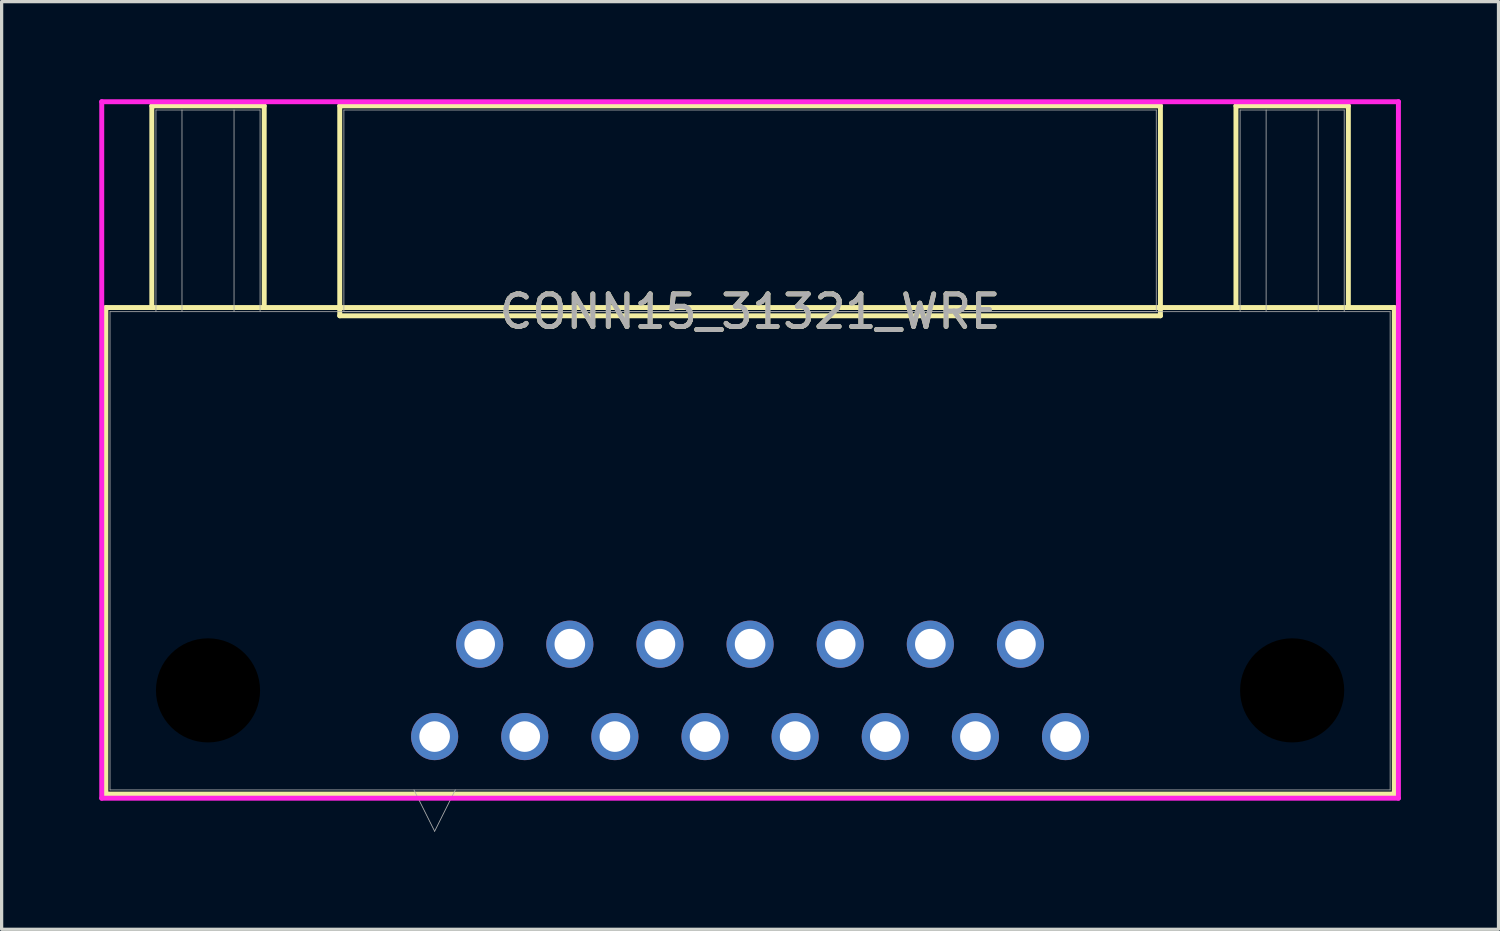
<source format=kicad_pcb>
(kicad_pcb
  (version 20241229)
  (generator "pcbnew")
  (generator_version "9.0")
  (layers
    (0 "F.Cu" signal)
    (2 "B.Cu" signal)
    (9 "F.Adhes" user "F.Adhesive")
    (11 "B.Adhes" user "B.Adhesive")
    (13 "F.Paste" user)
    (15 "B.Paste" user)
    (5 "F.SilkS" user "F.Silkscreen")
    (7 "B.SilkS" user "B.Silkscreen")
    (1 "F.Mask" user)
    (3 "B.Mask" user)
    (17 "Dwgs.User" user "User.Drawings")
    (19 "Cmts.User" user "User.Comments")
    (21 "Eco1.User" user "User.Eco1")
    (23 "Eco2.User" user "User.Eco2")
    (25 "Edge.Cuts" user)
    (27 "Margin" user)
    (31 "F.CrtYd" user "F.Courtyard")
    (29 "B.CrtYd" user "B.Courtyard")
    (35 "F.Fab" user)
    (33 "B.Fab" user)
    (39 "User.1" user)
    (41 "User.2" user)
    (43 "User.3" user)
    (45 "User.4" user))
  (footprint "CONN15_31321_WRE"
    (layer "F.Cu")
    (at 20.003 6.528)
    (property "Reference" "CONN15_31321_WRE" (at 0 0 0) (unlocked yes) (layer "F.SilkS") (effects (font (size 1 1) (thickness 0.15))))
    (attr through_hole)
    (fp_line (start -19.799 -0.127) (end -19.799 14.827) (stroke (width 0.152) (type solid)) (layer "F.SilkS"))
    (fp_line (start -19.799 14.827) (end 19.799 14.827) (stroke (width 0.152) (type solid)) (layer "F.SilkS"))
    (fp_line (start -18.387 -6.325) (end -14.933 -6.325) (stroke (width 0.152) (type solid)) (layer "F.SilkS"))
    (fp_line (start -18.387 -0.127) (end -18.387 -6.325) (stroke (width 0.152) (type solid)) (layer "F.SilkS"))
    (fp_line (start -14.933 -6.325) (end -14.933 -0.127) (stroke (width 0.152) (type solid)) (layer "F.SilkS"))
    (fp_line (start -12.611 -6.325) (end -12.611 0.127) (stroke (width 0.152) (type solid)) (layer "F.SilkS"))
    (fp_line (start -12.611 0.127) (end 12.611 0.127) (stroke (width 0.152) (type solid)) (layer "F.SilkS"))
    (fp_line (start 12.611 -6.325) (end -12.611 -6.325) (stroke (width 0.152) (type solid)) (layer "F.SilkS"))
    (fp_line (start 12.611 0.127) (end 12.611 -6.325) (stroke (width 0.152) (type solid)) (layer "F.SilkS"))
    (fp_line (start 14.933 -6.325) (end 18.387 -6.325) (stroke (width 0.152) (type solid)) (layer "F.SilkS"))
    (fp_line (start 14.933 -0.127) (end 14.933 -6.325) (stroke (width 0.152) (type solid)) (layer "F.SilkS"))
    (fp_line (start 18.387 -6.325) (end 18.387 -0.127) (stroke (width 0.152) (type solid)) (layer "F.SilkS"))
    (fp_line (start 19.799 -0.127) (end -19.799 -0.127) (stroke (width 0.152) (type solid)) (layer "F.SilkS"))
    (fp_line (start 19.799 14.827) (end 19.799 -0.127) (stroke (width 0.152) (type solid)) (layer "F.SilkS"))
    (fp_line (start -19.926 -6.452) (end -19.926 14.954) (stroke (width 0.152) (type solid)) (layer "F.CrtYd"))
    (fp_line (start -19.926 14.954) (end 19.926 14.954) (stroke (width 0.152) (type solid)) (layer "F.CrtYd"))
    (fp_line (start 19.926 -6.452) (end -19.926 -6.452) (stroke (width 0.152) (type solid)) (layer "F.CrtYd"))
    (fp_line (start 19.926 14.954) (end 19.926 -6.452) (stroke (width 0.152) (type solid)) (layer "F.CrtYd"))
    (fp_line (start -19.672 0) (end -19.672 14.7) (stroke (width 0.025) (type solid)) (layer "F.Fab"))
    (fp_line (start -19.672 14.7) (end 19.672 14.7) (stroke (width 0.025) (type solid)) (layer "F.Fab"))
    (fp_line (start -18.26 -6.198) (end -15.06 -6.198) (stroke (width 0.025) (type solid)) (layer "F.Fab"))
    (fp_line (start -18.26 0) (end -18.26 -6.198) (stroke (width 0.025) (type solid)) (layer "F.Fab"))
    (fp_line (start -17.46 0) (end -17.46 -6.198) (stroke (width 0.025) (type solid)) (layer "F.Fab"))
    (fp_line (start -15.86 -6.198) (end -15.86 0) (stroke (width 0.025) (type solid)) (layer "F.Fab"))
    (fp_line (start -15.06 -6.198) (end -15.06 0) (stroke (width 0.025) (type solid)) (layer "F.Fab"))
    (fp_line (start -12.484 -6.198) (end -12.484 0) (stroke (width 0.025) (type solid)) (layer "F.Fab"))
    (fp_line (start -12.484 0) (end 12.484 0) (stroke (width 0.025) (type solid)) (layer "F.Fab"))
    (fp_line (start -10.33 14.7) (end -9.695 15.97) (stroke (width 0.025) (type solid)) (layer "F.Fab"))
    (fp_line (start -9.06 14.7) (end -9.695 15.97) (stroke (width 0.025) (type solid)) (layer "F.Fab"))
    (fp_line (start 12.484 -6.198) (end -12.484 -6.198) (stroke (width 0.025) (type solid)) (layer "F.Fab"))
    (fp_line (start 12.484 0) (end 12.484 -6.198) (stroke (width 0.025) (type solid)) (layer "F.Fab"))
    (fp_line (start 15.06 -6.198) (end 18.26 -6.198) (stroke (width 0.025) (type solid)) (layer "F.Fab"))
    (fp_line (start 15.06 0) (end 15.06 -6.198) (stroke (width 0.025) (type solid)) (layer "F.Fab"))
    (fp_line (start 15.86 0) (end 15.86 -6.198) (stroke (width 0.025) (type solid)) (layer "F.Fab"))
    (fp_line (start 17.46 -6.198) (end 17.46 0) (stroke (width 0.025) (type solid)) (layer "F.Fab"))
    (fp_line (start 18.26 -6.198) (end 18.26 0) (stroke (width 0.025) (type solid)) (layer "F.Fab"))
    (fp_line (start 19.672 0) (end -19.672 0) (stroke (width 0.025) (type solid)) (layer "F.Fab"))
    (fp_line (start 19.672 14.7) (end 19.672 0) (stroke (width 0.025) (type solid)) (layer "F.Fab"))
    (fp_text user "${REFERENCE}" (at 0 0 0) (unlocked yes) (layer "F.Fab") (effects (font (size 1 1) (thickness 0.15))))
    (pad "" np_thru_hole circle (at -16.66 11.64) (size 3.2 3.2) (drill 3.2) (layers))
    (pad "" np_thru_hole circle (at 16.66 11.64) (size 3.2 3.2) (drill 3.2) (layers))
    (pad "1" thru_hole circle (at -9.695 13.06) (size 1.448 1.448) (drill 0.94) (layers "*.Cu" "*.Mask"))
    (pad "2" thru_hole circle (at -6.925 13.06) (size 1.448 1.448) (drill 0.94) (layers "*.Cu" "*.Mask"))
    (pad "3" thru_hole circle (at -4.155 13.06) (size 1.448 1.448) (drill 0.94) (layers "*.Cu" "*.Mask"))
    (pad "4" thru_hole circle (at -1.385 13.06) (size 1.448 1.448) (drill 0.94) (layers "*.Cu" "*.Mask"))
    (pad "5" thru_hole circle (at 1.385 13.06) (size 1.448 1.448) (drill 0.94) (layers "*.Cu" "*.Mask"))
    (pad "6" thru_hole circle (at 4.155 13.06) (size 1.448 1.448) (drill 0.94) (layers "*.Cu" "*.Mask"))
    (pad "7" thru_hole circle (at 6.925 13.06) (size 1.448 1.448) (drill 0.94) (layers "*.Cu" "*.Mask"))
    (pad "8" thru_hole circle (at 9.695 13.06) (size 1.448 1.448) (drill 0.94) (layers "*.Cu" "*.Mask"))
    (pad "9" thru_hole circle (at -8.31 10.22) (size 1.448 1.448) (drill 0.94) (layers "*.Cu" "*.Mask"))
    (pad "10" thru_hole circle (at -5.54 10.22) (size 1.448 1.448) (drill 0.94) (layers "*.Cu" "*.Mask"))
    (pad "11" thru_hole circle (at -2.77 10.22) (size 1.448 1.448) (drill 0.94) (layers "*.Cu" "*.Mask"))
    (pad "12" thru_hole circle (at 0 10.22) (size 1.448 1.448) (drill 0.94) (layers "*.Cu" "*.Mask"))
    (pad "13" thru_hole circle (at 2.77 10.22) (size 1.448 1.448) (drill 0.94) (layers "*.Cu" "*.Mask"))
    (pad "14" thru_hole circle (at 5.54 10.22) (size 1.448 1.448) (drill 0.94) (layers "*.Cu" "*.Mask"))
    (pad "15" thru_hole circle (at 8.31 10.22) (size 1.448 1.448) (drill 0.94) (layers "*.Cu" "*.Mask")))
  (gr_rect
    (start -3 -3)
    (end 43.005 25.511)
    (stroke (width 0.1) (type default))
    (fill no)
    (layer "Edge.Cuts")))
</source>
